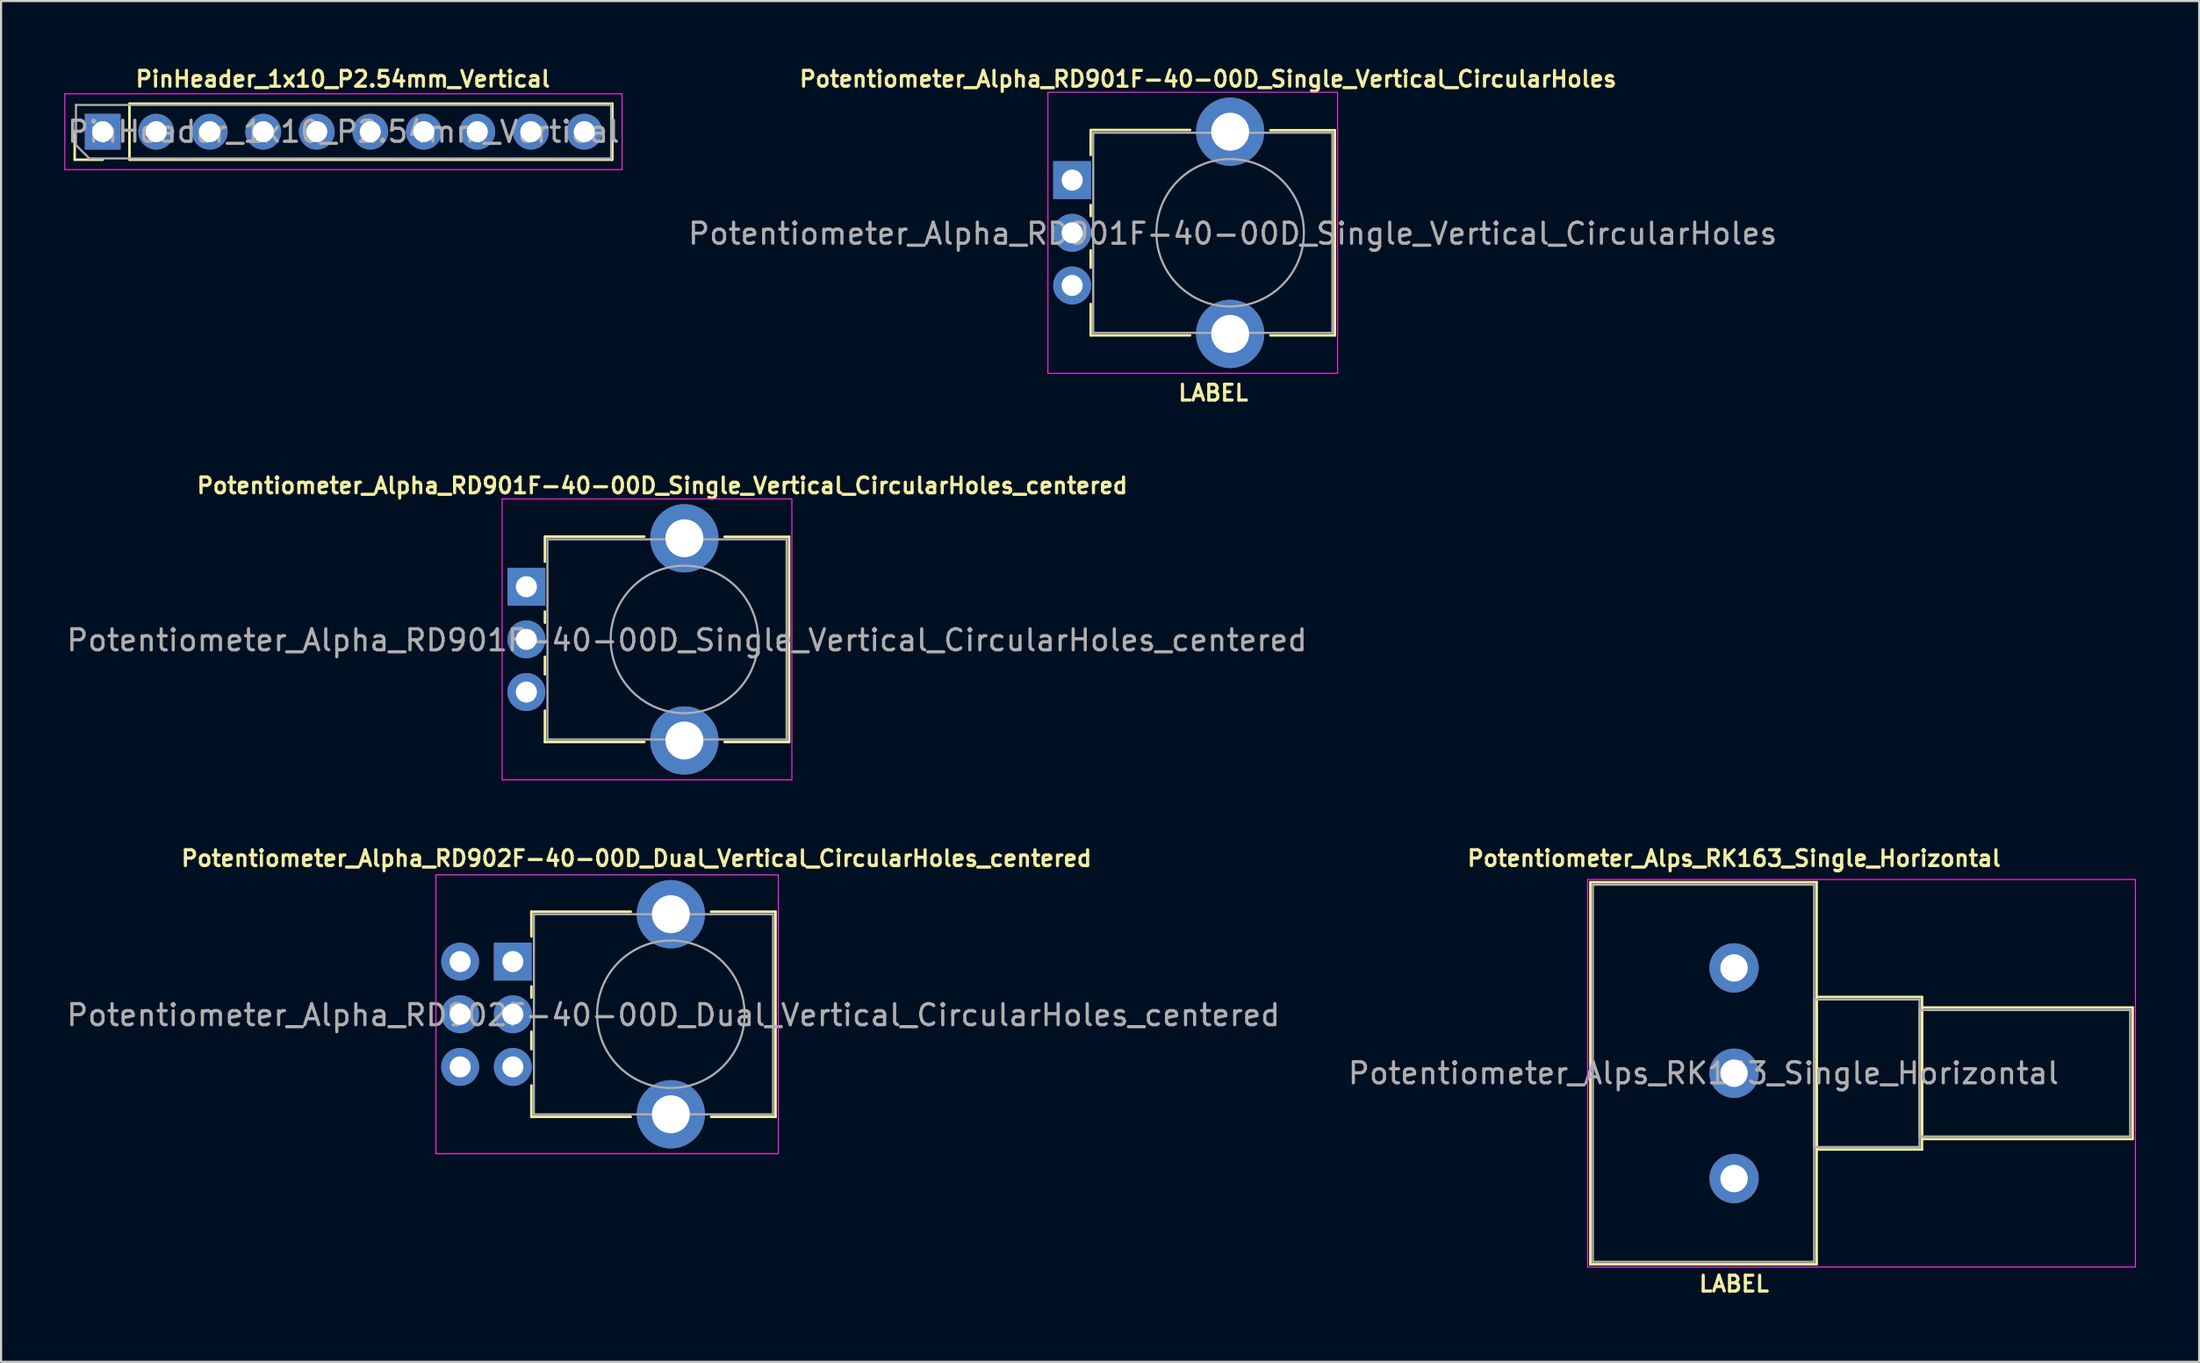
<source format=kicad_pcb>
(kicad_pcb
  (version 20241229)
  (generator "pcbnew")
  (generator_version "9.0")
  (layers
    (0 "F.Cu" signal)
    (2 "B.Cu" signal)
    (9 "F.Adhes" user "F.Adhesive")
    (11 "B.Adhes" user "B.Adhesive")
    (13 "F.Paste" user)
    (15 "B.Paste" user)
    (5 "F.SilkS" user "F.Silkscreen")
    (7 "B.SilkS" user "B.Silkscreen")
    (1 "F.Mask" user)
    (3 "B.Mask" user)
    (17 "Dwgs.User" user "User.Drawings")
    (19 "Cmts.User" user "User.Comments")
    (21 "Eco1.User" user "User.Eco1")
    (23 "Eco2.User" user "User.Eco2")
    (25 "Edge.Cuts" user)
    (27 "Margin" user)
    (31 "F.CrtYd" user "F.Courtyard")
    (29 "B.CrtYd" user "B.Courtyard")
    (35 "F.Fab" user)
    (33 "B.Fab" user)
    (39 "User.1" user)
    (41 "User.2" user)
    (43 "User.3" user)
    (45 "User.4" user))
  (footprint "Potentiometer_Alpha_RD901F-40-00D_Single_Vertical_CircularHoles"
    (layer "F.Cu")
    (at 47.838 5.502)
    (property "Reference" "Potentiometer_Alpha_RD901F-40-00D_Single_Vertical_CircularHoles" (at 6.45 -4.8 180) (layer "F.SilkS") (effects (font (size 0.75 0.75) (thickness 0.15))))
    (attr through_hole)
    (fp_line (start 0.88 -2.38) (end 5.6 -2.38) (stroke (width 0.12) (type solid)) (layer "F.SilkS"))
    (fp_line (start 0.88 -1.19) (end 0.88 -2.37) (stroke (width 0.12) (type solid)) (layer "F.SilkS"))
    (fp_line (start 0.88 1.71) (end 0.88 1.18) (stroke (width 0.12) (type solid)) (layer "F.SilkS"))
    (fp_line (start 0.88 4.16) (end 0.88 3.33) (stroke (width 0.12) (type solid)) (layer "F.SilkS"))
    (fp_line (start 0.88 7.37) (end 0.88 5.88) (stroke (width 0.12) (type solid)) (layer "F.SilkS"))
    (fp_line (start 0.88 7.37) (end 5.6 7.37) (stroke (width 0.12) (type solid)) (layer "F.SilkS"))
    (fp_line (start 9.41 -2.37) (end 12.47 -2.37) (stroke (width 0.12) (type solid)) (layer "F.SilkS"))
    (fp_line (start 9.41 7.37) (end 12.47 7.37) (stroke (width 0.12) (type solid)) (layer "F.SilkS"))
    (fp_line (start 12.47 7.37) (end 12.47 -2.37) (stroke (width 0.12) (type solid)) (layer "F.SilkS"))
    (fp_line (start -1.15 -4.17) (end -1.15 9.17) (stroke (width 0.05) (type solid)) (layer "F.CrtYd"))
    (fp_line (start -1.15 9.17) (end 12.6 9.17) (stroke (width 0.05) (type solid)) (layer "F.CrtYd"))
    (fp_line (start 12.6 -4.17) (end -1.15 -4.17) (stroke (width 0.05) (type solid)) (layer "F.CrtYd"))
    (fp_line (start 12.6 9.17) (end 12.6 -4.17) (stroke (width 0.05) (type solid)) (layer "F.CrtYd"))
    (fp_line (start 1 -2.25) (end 12.35 -2.25) (stroke (width 0.1) (type solid)) (layer "F.Fab"))
    (fp_line (start 1 7.25) (end 1 -2.25) (stroke (width 0.1) (type solid)) (layer "F.Fab"))
    (fp_line (start 1 7.25) (end 12.35 7.25) (stroke (width 0.1) (type solid)) (layer "F.Fab"))
    (fp_line (start 12.35 7.25) (end 12.35 -2.25) (stroke (width 0.1) (type solid)) (layer "F.Fab"))
    (fp_circle (center 7.5 2.5) (end 7.5 -1) (stroke (width 0.1) (type solid)) (fill no) (layer "F.Fab"))
    (fp_text user "LABEL" (at 6.7 10.1 0) (layer "F.SilkS") (effects (font (size 0.75 0.75) (thickness 0.15))))
    (fp_text user "${REFERENCE}" (at 7.62 2.54 0) (layer "F.Fab") (effects (font (size 1 1) (thickness 0.15))))
    (pad "" thru_hole circle (at 7.5 -2.3 90) (size 3.24 3.24) (drill 1.8) (layers "*.Cu" "*.Mask"))
    (pad "" thru_hole circle (at 7.5 7.3 90) (size 3.24 3.24) (drill 1.8) (layers "*.Cu" "*.Mask"))
    (pad "1" thru_hole rect (at 0 0 90) (size 1.8 1.8) (drill 1) (layers "*.Cu" "*.Mask"))
    (pad "2" thru_hole circle (at 0 2.5 90) (size 1.8 1.8) (drill 1) (layers "*.Cu" "*.Mask"))
    (pad "3" thru_hole circle (at 0 5 90) (size 1.8 1.8) (drill 1) (layers "*.Cu" "*.Mask")))
  (footprint "Potentiometer_Alpha_RD901F-40-00D_Single_Vertical_CircularHoles_centered"
    (layer "F.Cu")
    (at 29.434 27.306)
    (property "Reference" "Potentiometer_Alpha_RD901F-40-00D_Single_Vertical_CircularHoles_centered" (at -1.05 -7.3 180) (layer "F.SilkS") (effects (font (size 0.75 0.75) (thickness 0.15))))
    (attr through_hole)
    (fp_line (start -6.62 -4.88) (end -1.9 -4.88) (stroke (width 0.12) (type solid)) (layer "F.SilkS"))
    (fp_line (start -6.62 -3.69) (end -6.62 -4.87) (stroke (width 0.12) (type solid)) (layer "F.SilkS"))
    (fp_line (start -6.62 -0.79) (end -6.62 -1.32) (stroke (width 0.12) (type solid)) (layer "F.SilkS"))
    (fp_line (start -6.62 1.66) (end -6.62 0.83) (stroke (width 0.12) (type solid)) (layer "F.SilkS"))
    (fp_line (start -6.62 4.87) (end -6.62 3.38) (stroke (width 0.12) (type solid)) (layer "F.SilkS"))
    (fp_line (start -6.62 4.87) (end -1.9 4.87) (stroke (width 0.12) (type solid)) (layer "F.SilkS"))
    (fp_line (start 1.91 -4.87) (end 4.97 -4.87) (stroke (width 0.12) (type solid)) (layer "F.SilkS"))
    (fp_line (start 1.91 4.87) (end 4.97 4.87) (stroke (width 0.12) (type solid)) (layer "F.SilkS"))
    (fp_line (start 4.97 4.87) (end 4.97 -4.87) (stroke (width 0.12) (type solid)) (layer "F.SilkS"))
    (fp_line (start -8.65 -6.67) (end -8.65 6.67) (stroke (width 0.05) (type solid)) (layer "F.CrtYd"))
    (fp_line (start -8.65 6.67) (end 5.1 6.67) (stroke (width 0.05) (type solid)) (layer "F.CrtYd"))
    (fp_line (start 5.1 -6.67) (end -8.65 -6.67) (stroke (width 0.05) (type solid)) (layer "F.CrtYd"))
    (fp_line (start 5.1 6.67) (end 5.1 -6.67) (stroke (width 0.05) (type solid)) (layer "F.CrtYd"))
    (fp_line (start -6.5 -4.75) (end 4.85 -4.75) (stroke (width 0.1) (type solid)) (layer "F.Fab"))
    (fp_line (start -6.5 4.75) (end -6.5 -4.75) (stroke (width 0.1) (type solid)) (layer "F.Fab"))
    (fp_line (start -6.5 4.75) (end 4.85 4.75) (stroke (width 0.1) (type solid)) (layer "F.Fab"))
    (fp_line (start 4.85 4.75) (end 4.85 -4.75) (stroke (width 0.1) (type solid)) (layer "F.Fab"))
    (fp_circle (center 0 0) (end 0 -3.5) (stroke (width 0.1) (type solid)) (fill no) (layer "F.Fab"))
    (fp_text user "${REFERENCE}" (at 0.12 0.04 0) (layer "F.Fab") (effects (font (size 1 1) (thickness 0.15))))
    (pad "" thru_hole circle (at 0 -4.8 90) (size 3.24 3.24) (drill 1.8) (layers "*.Cu" "*.Mask"))
    (pad "" thru_hole circle (at 0 4.8 90) (size 3.24 3.24) (drill 1.8) (layers "*.Cu" "*.Mask"))
    (pad "1" thru_hole rect (at -7.5 -2.5 90) (size 1.8 1.8) (drill 1) (layers "*.Cu" "*.Mask"))
    (pad "2" thru_hole circle (at -7.5 0 90) (size 1.8 1.8) (drill 1) (layers "*.Cu" "*.Mask"))
    (pad "3" thru_hole circle (at -7.5 2.5 90) (size 1.8 1.8) (drill 1) (layers "*.Cu" "*.Mask")))
  (footprint "Potentiometer_Alpha_RD902F-40-00D_Dual_Vertical_CircularHoles_centered"
    (layer "F.Cu")
    (at 28.791 45.103)
    (property "Reference" "Potentiometer_Alpha_RD902F-40-00D_Dual_Vertical_CircularHoles_centered" (at -1.63 -7.4 180) (layer "F.SilkS") (effects (font (size 0.75 0.75) (thickness 0.15))))
    (attr through_hole)
    (fp_line (start -6.62 -4.87) (end -1.9 -4.87) (stroke (width 0.12) (type solid)) (layer "F.SilkS"))
    (fp_line (start -6.62 -3.69) (end -6.62 -4.87) (stroke (width 0.12) (type solid)) (layer "F.SilkS"))
    (fp_line (start -6.62 -0.79) (end -6.62 -1.32) (stroke (width 0.12) (type solid)) (layer "F.SilkS"))
    (fp_line (start -6.62 1.66) (end -6.62 0.83) (stroke (width 0.12) (type solid)) (layer "F.SilkS"))
    (fp_line (start -6.62 4.87) (end -6.62 3.38) (stroke (width 0.12) (type solid)) (layer "F.SilkS"))
    (fp_line (start -6.62 4.87) (end -1.9 4.87) (stroke (width 0.12) (type solid)) (layer "F.SilkS"))
    (fp_line (start 1.91 -4.87) (end 4.97 -4.87) (stroke (width 0.12) (type solid)) (layer "F.SilkS"))
    (fp_line (start 1.91 4.87) (end 4.97 4.87) (stroke (width 0.12) (type solid)) (layer "F.SilkS"))
    (fp_line (start 4.97 4.87) (end 4.97 -4.87) (stroke (width 0.12) (type solid)) (layer "F.SilkS"))
    (fp_line (start -11.15 -6.62) (end -11.15 6.62) (stroke (width 0.05) (type solid)) (layer "F.CrtYd"))
    (fp_line (start -11.15 6.62) (end 5.1 6.62) (stroke (width 0.05) (type solid)) (layer "F.CrtYd"))
    (fp_line (start 5.1 -6.62) (end -11.15 -6.62) (stroke (width 0.05) (type solid)) (layer "F.CrtYd"))
    (fp_line (start 5.1 6.62) (end 5.1 -6.62) (stroke (width 0.05) (type solid)) (layer "F.CrtYd"))
    (fp_line (start -6.5 -4.75) (end 4.85 -4.75) (stroke (width 0.1) (type solid)) (layer "F.Fab"))
    (fp_line (start -6.5 4.75) (end -6.5 -4.75) (stroke (width 0.1) (type solid)) (layer "F.Fab"))
    (fp_line (start -6.5 4.75) (end 4.85 4.75) (stroke (width 0.1) (type solid)) (layer "F.Fab"))
    (fp_line (start 4.85 4.75) (end 4.85 -4.75) (stroke (width 0.1) (type solid)) (layer "F.Fab"))
    (fp_circle (center 0 0) (end 0 -3.5) (stroke (width 0.1) (type solid)) (fill no) (layer "F.Fab"))
    (fp_text user "${REFERENCE}" (at 0.12 0.04 0) (layer "F.Fab") (effects (font (size 1 1) (thickness 0.15))))
    (pad "" thru_hole circle (at 0 -4.75 90) (size 3.24 3.24) (drill 1.8) (layers "*.Cu" "*.Mask"))
    (pad "" thru_hole circle (at 0 4.75 90) (size 3.24 3.24) (drill 1.8) (layers "*.Cu" "*.Mask"))
    (pad "1" thru_hole rect (at -7.5 -2.5 90) (size 1.8 1.8) (drill 1) (layers "*.Cu" "*.Mask"))
    (pad "2" thru_hole circle (at -7.5 0 90) (size 1.8 1.8) (drill 1) (layers "*.Cu" "*.Mask"))
    (pad "3" thru_hole circle (at -7.5 2.5 90) (size 1.8 1.8) (drill 1) (layers "*.Cu" "*.Mask"))
    (pad "4" thru_hole circle (at -10 -2.5 90) (size 1.8 1.8) (drill 1) (layers "*.Cu" "*.Mask"))
    (pad "5" thru_hole circle (at -10 0 90) (size 1.8 1.8) (drill 1) (layers "*.Cu" "*.Mask"))
    (pad "6" thru_hole circle (at -10 2.5 90) (size 1.8 1.8) (drill 1) (layers "*.Cu" "*.Mask")))
  (footprint "PinHeader_1x10_P2.54mm_Vertical"
    (layer "F.Cu")
    (at 13.225 3.202)
    (property "Reference" "PinHeader_1x10_P2.54mm_Vertical" (at 0 -2.5 180) (layer "F.SilkS") (effects (font (size 0.75 0.75) (thickness 0.15))))
    (attr through_hole)
    (fp_line (start -12.73 1.33) (end -12.73 0) (stroke (width 0.12) (type solid)) (layer "F.SilkS"))
    (fp_line (start -11.4 1.33) (end -12.73 1.33) (stroke (width 0.12) (type solid)) (layer "F.SilkS"))
    (fp_line (start -10.13 -1.33) (end 12.79 -1.33) (stroke (width 0.12) (type solid)) (layer "F.SilkS"))
    (fp_line (start -10.13 1.33) (end -10.13 -1.33) (stroke (width 0.12) (type solid)) (layer "F.SilkS"))
    (fp_line (start -10.13 1.33) (end 12.79 1.33) (stroke (width 0.12) (type solid)) (layer "F.SilkS"))
    (fp_line (start 12.79 1.33) (end 12.79 -1.33) (stroke (width 0.12) (type solid)) (layer "F.SilkS"))
    (fp_line (start -13.2 -1.8) (end -13.2 1.8) (stroke (width 0.05) (type solid)) (layer "F.CrtYd"))
    (fp_line (start -13.2 1.8) (end 13.25 1.8) (stroke (width 0.05) (type solid)) (layer "F.CrtYd"))
    (fp_line (start 13.25 -1.8) (end -13.2 -1.8) (stroke (width 0.05) (type solid)) (layer "F.CrtYd"))
    (fp_line (start 13.25 1.8) (end 13.25 -1.8) (stroke (width 0.05) (type solid)) (layer "F.CrtYd"))
    (fp_line (start -12.67 -1.27) (end 12.73 -1.27) (stroke (width 0.1) (type solid)) (layer "F.Fab"))
    (fp_line (start -12.67 0.635) (end -12.67 -1.27) (stroke (width 0.1) (type solid)) (layer "F.Fab"))
    (fp_line (start -12.035 1.27) (end -12.67 0.635) (stroke (width 0.1) (type solid)) (layer "F.Fab"))
    (fp_line (start 12.73 -1.27) (end 12.73 1.27) (stroke (width 0.1) (type solid)) (layer "F.Fab"))
    (fp_line (start 12.73 1.27) (end -12.035 1.27) (stroke (width 0.1) (type solid)) (layer "F.Fab"))
    (fp_text user "${REFERENCE}" (at 0.03 0 180) (layer "F.Fab") (effects (font (size 1 1) (thickness 0.15))))
    (pad "1" thru_hole rect (at -11.4 0 90) (size 1.7 1.7) (drill 1) (layers "*.Cu" "*.Mask"))
    (pad "2" thru_hole oval (at -8.86 0 90) (size 1.7 1.7) (drill 1) (layers "*.Cu" "*.Mask"))
    (pad "3" thru_hole oval (at -6.32 0 90) (size 1.7 1.7) (drill 1) (layers "*.Cu" "*.Mask"))
    (pad "4" thru_hole oval (at -3.78 0 90) (size 1.7 1.7) (drill 1) (layers "*.Cu" "*.Mask"))
    (pad "5" thru_hole oval (at -1.24 0 90) (size 1.7 1.7) (drill 1) (layers "*.Cu" "*.Mask"))
    (pad "6" thru_hole oval (at 1.3 0 90) (size 1.7 1.7) (drill 1) (layers "*.Cu" "*.Mask"))
    (pad "7" thru_hole oval (at 3.84 0 90) (size 1.7 1.7) (drill 1) (layers "*.Cu" "*.Mask"))
    (pad "8" thru_hole oval (at 6.38 0 90) (size 1.7 1.7) (drill 1) (layers "*.Cu" "*.Mask"))
    (pad "9" thru_hole oval (at 8.92 0 90) (size 1.7 1.7) (drill 1) (layers "*.Cu" "*.Mask"))
    (pad "10" thru_hole oval (at 11.46 0 90) (size 1.7 1.7) (drill 1) (layers "*.Cu" "*.Mask")))
  (footprint "Potentiometer_Alps_RK163_Single_Horizontal"
    (layer "F.Cu")
    (at 79.254 52.903)
    (property "Reference" "Potentiometer_Alps_RK163_Single_Horizontal" (at 0 -15.2 0) (layer "F.SilkS") (effects (font (size 0.75 0.75) (thickness 0.15))))
    (attr through_hole)
    (fp_line (start -6.82 -14.07) (end -6.82 4.07) (stroke (width 0.12) (type solid)) (layer "F.SilkS"))
    (fp_line (start -6.82 -14.07) (end 3.92 -14.07) (stroke (width 0.12) (type solid)) (layer "F.SilkS"))
    (fp_line (start -6.82 4.07) (end 3.92 4.07) (stroke (width 0.12) (type solid)) (layer "F.SilkS"))
    (fp_line (start 3.92 -14.07) (end 3.92 4.07) (stroke (width 0.12) (type solid)) (layer "F.SilkS"))
    (fp_line (start 3.92 -8.62) (end 3.92 -1.38) (stroke (width 0.12) (type solid)) (layer "F.SilkS"))
    (fp_line (start 3.92 -8.62) (end 8.92 -8.62) (stroke (width 0.12) (type solid)) (layer "F.SilkS"))
    (fp_line (start 3.92 -1.38) (end 8.92 -1.38) (stroke (width 0.12) (type solid)) (layer "F.SilkS"))
    (fp_line (start 8.92 -8.62) (end 8.92 -1.38) (stroke (width 0.12) (type solid)) (layer "F.SilkS"))
    (fp_line (start 8.92 -8.12) (end 8.92 -1.879) (stroke (width 0.12) (type solid)) (layer "F.SilkS"))
    (fp_line (start 8.92 -8.12) (end 18.92 -8.12) (stroke (width 0.12) (type solid)) (layer "F.SilkS"))
    (fp_line (start 8.92 -1.879) (end 18.92 -1.879) (stroke (width 0.12) (type solid)) (layer "F.SilkS"))
    (fp_line (start 18.92 -8.12) (end 18.92 -1.879) (stroke (width 0.12) (type solid)) (layer "F.SilkS"))
    (fp_line (start -6.95 -14.2) (end -6.95 4.2) (stroke (width 0.05) (type solid)) (layer "F.CrtYd"))
    (fp_line (start -6.95 4.2) (end 19.05 4.2) (stroke (width 0.05) (type solid)) (layer "F.CrtYd"))
    (fp_line (start 19.05 -14.2) (end -6.95 -14.2) (stroke (width 0.05) (type solid)) (layer "F.CrtYd"))
    (fp_line (start 19.05 4.2) (end 19.05 -14.2) (stroke (width 0.05) (type solid)) (layer "F.CrtYd"))
    (fp_line (start -6.7 -13.95) (end -6.7 3.95) (stroke (width 0.1) (type solid)) (layer "F.Fab"))
    (fp_line (start -6.7 3.95) (end 3.8 3.95) (stroke (width 0.1) (type solid)) (layer "F.Fab"))
    (fp_line (start 3.8 -13.95) (end -6.7 -13.95) (stroke (width 0.1) (type solid)) (layer "F.Fab"))
    (fp_line (start 3.8 -8.5) (end 3.8 -1.5) (stroke (width 0.1) (type solid)) (layer "F.Fab"))
    (fp_line (start 3.8 -1.5) (end 8.8 -1.5) (stroke (width 0.1) (type solid)) (layer "F.Fab"))
    (fp_line (start 3.8 3.95) (end 3.8 -13.95) (stroke (width 0.1) (type solid)) (layer "F.Fab"))
    (fp_line (start 8.8 -8.5) (end 3.8 -8.5) (stroke (width 0.1) (type solid)) (layer "F.Fab"))
    (fp_line (start 8.8 -8) (end 8.8 -2) (stroke (width 0.1) (type solid)) (layer "F.Fab"))
    (fp_line (start 8.8 -2) (end 18.8 -2) (stroke (width 0.1) (type solid)) (layer "F.Fab"))
    (fp_line (start 8.8 -1.5) (end 8.8 -8.5) (stroke (width 0.1) (type solid)) (layer "F.Fab"))
    (fp_line (start 18.8 -8) (end 8.8 -8) (stroke (width 0.1) (type solid)) (layer "F.Fab"))
    (fp_line (start 18.8 -2) (end 18.8 -8) (stroke (width 0.1) (type solid)) (layer "F.Fab"))
    (fp_text user "LABEL" (at 0 5 0) (layer "F.SilkS") (effects (font (size 0.75 0.75) (thickness 0.15))))
    (fp_text user "${REFERENCE}" (at -1.45 -5 0) (layer "F.Fab") (effects (font (size 1 1) (thickness 0.15))))
    (pad "1" thru_hole circle (at 0 0) (size 2.34 2.34) (drill 1.3) (layers "*.Cu" "*.Mask"))
    (pad "2" thru_hole circle (at 0 -5) (size 2.34 2.34) (drill 1.3) (layers "*.Cu" "*.Mask"))
    (pad "3" thru_hole circle (at 0 -10) (size 2.34 2.34) (drill 1.3) (layers "*.Cu" "*.Mask")))
  (gr_rect
    (start -3 -3)
    (end 101.329 61.605)
    (stroke (width 0.1) (type default))
    (fill no)
    (layer "Edge.Cuts")))
</source>
